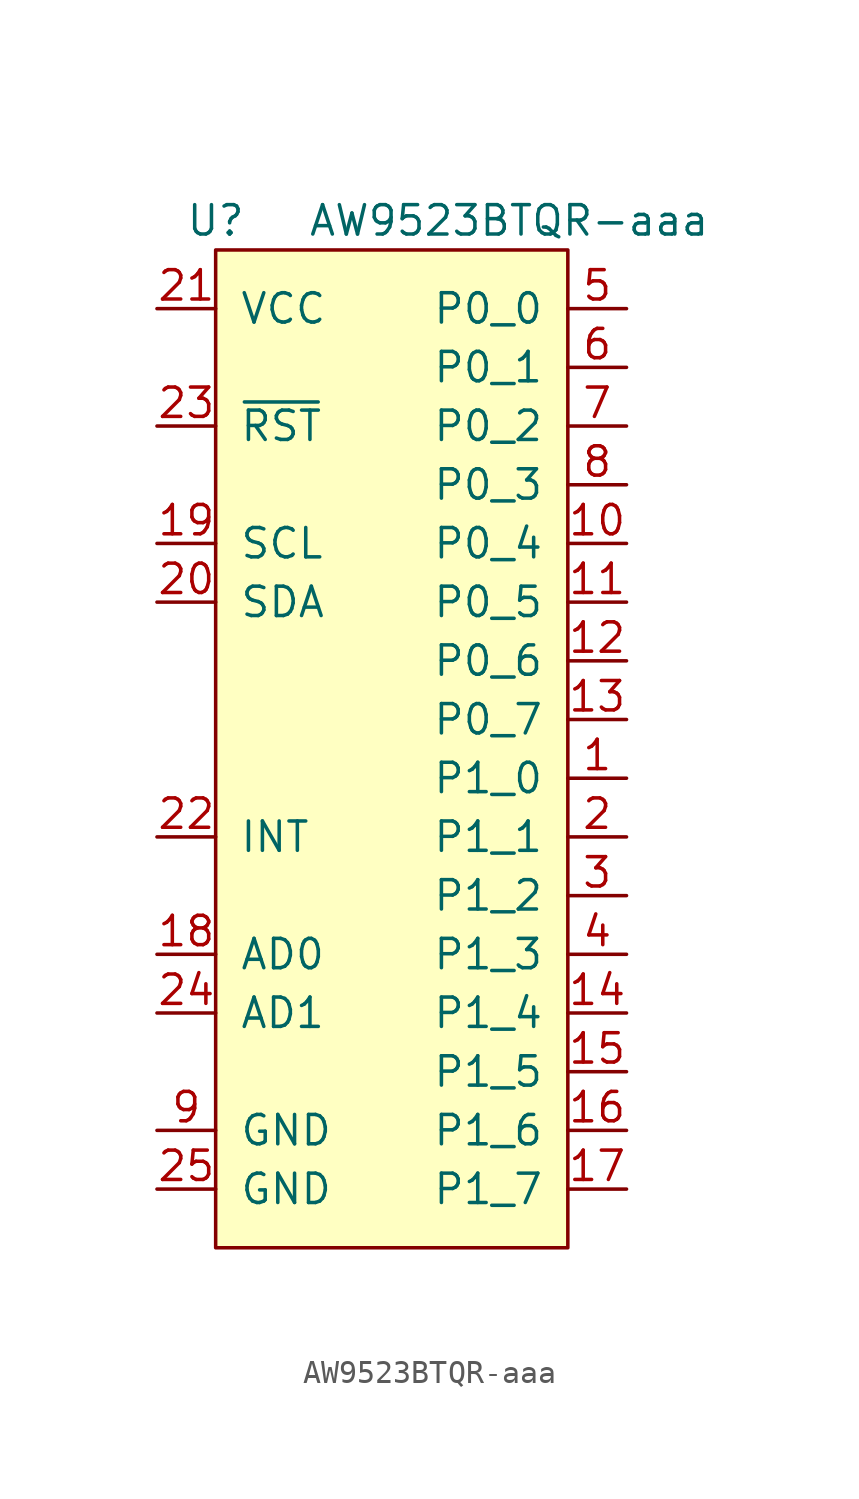
<source format=kicad_sym>
(kicad_symbol_lib
  (version 20211014)
  (generator kicad_symbol_editor)
  (symbol "AW9523BTQR-aaa"
    (pin_names
      (offset 1.016))
    (property "Reference" "U"
      (at -7.62 20.32 0)
      (effects (font (size 1.27 1.27))))
    (property "Value" "AW9523BTQR-aaa"
      (at 5.08 20.32 0)
      (effects (font (size 1.27 1.27))))
    (symbol "AW9523BTQR-aaa_0_1"
      (rectangle (start -7.62 19.05) (end 7.62 -24.13) (stroke (width 0) (type default) (color 0 0 0 0)) (fill (type background))))
    (symbol "AW9523BTQR-aaa_1_1"
      (pin bidirectional line (at 10.16 -3.81 180) (length 2.54) (name "P1_0" (effects (font (size 1.27 1.27)))) (number "1" (effects (font (size 1.27 1.27)))))
      (pin bidirectional line (at 10.16 6.35 180) (length 2.54) (name "P0_4" (effects (font (size 1.27 1.27)))) (number "10" (effects (font (size 1.27 1.27)))))
      (pin bidirectional line (at 10.16 3.81 180) (length 2.54) (name "P0_5" (effects (font (size 1.27 1.27)))) (number "11" (effects (font (size 1.27 1.27)))))
      (pin bidirectional line (at 10.16 1.27 180) (length 2.54) (name "P0_6" (effects (font (size 1.27 1.27)))) (number "12" (effects (font (size 1.27 1.27)))))
      (pin bidirectional line (at 10.16 -1.27 180) (length 2.54) (name "P0_7" (effects (font (size 1.27 1.27)))) (number "13" (effects (font (size 1.27 1.27)))))
      (pin bidirectional line (at 10.16 -13.97 180) (length 2.54) (name "P1_4" (effects (font (size 1.27 1.27)))) (number "14" (effects (font (size 1.27 1.27)))))
      (pin bidirectional line (at 10.16 -16.51 180) (length 2.54) (name "P1_5" (effects (font (size 1.27 1.27)))) (number "15" (effects (font (size 1.27 1.27)))))
      (pin bidirectional line (at 10.16 -19.05 180) (length 2.54) (name "P1_6" (effects (font (size 1.27 1.27)))) (number "16" (effects (font (size 1.27 1.27)))))
      (pin bidirectional line (at 10.16 -21.59 180) (length 2.54) (name "P1_7" (effects (font (size 1.27 1.27)))) (number "17" (effects (font (size 1.27 1.27)))))
      (pin input line (at -10.16 -11.43 0) (length 2.54) (name "AD0" (effects (font (size 1.27 1.27)))) (number "18" (effects (font (size 1.27 1.27)))))
      (pin input line (at -10.16 6.35 0) (length 2.54) (name "SCL" (effects (font (size 1.27 1.27)))) (number "19" (effects (font (size 1.27 1.27)))))
      (pin bidirectional line (at 10.16 -6.35 180) (length 2.54) (name "P1_1" (effects (font (size 1.27 1.27)))) (number "2" (effects (font (size 1.27 1.27)))))
      (pin bidirectional line (at -10.16 3.81 0) (length 2.54) (name "SDA" (effects (font (size 1.27 1.27)))) (number "20" (effects (font (size 1.27 1.27)))))
      (pin power_in line (at -10.16 16.51 0) (length 2.54) (name "VCC" (effects (font (size 1.27 1.27)))) (number "21" (effects (font (size 1.27 1.27)))))
      (pin output line (at -10.16 -6.35 0) (length 2.54) (name "INT" (effects (font (size 1.27 1.27)))) (number "22" (effects (font (size 1.27 1.27)))))
      (pin input line (at -10.16 11.43 0) (length 2.54) (name "~{RST}" (effects (font (size 1.27 1.27)))) (number "23" (effects (font (size 1.27 1.27)))))
      (pin input line (at -10.16 -13.97 0) (length 2.54) (name "AD1" (effects (font (size 1.27 1.27)))) (number "24" (effects (font (size 1.27 1.27)))))
      (pin power_in line (at -10.16 -21.59 0) (length 2.54) (name "GND" (effects (font (size 1.27 1.27)))) (number "25" (effects (font (size 1.27 1.27)))))
      (pin bidirectional line (at 10.16 -8.89 180) (length 2.54) (name "P1_2" (effects (font (size 1.27 1.27)))) (number "3" (effects (font (size 1.27 1.27)))))
      (pin bidirectional line (at 10.16 -11.43 180) (length 2.54) (name "P1_3" (effects (font (size 1.27 1.27)))) (number "4" (effects (font (size 1.27 1.27)))))
      (pin bidirectional line (at 10.16 16.51 180) (length 2.54) (name "P0_0" (effects (font (size 1.27 1.27)))) (number "5" (effects (font (size 1.27 1.27)))))
      (pin bidirectional line (at 10.16 13.97 180) (length 2.54) (name "P0_1" (effects (font (size 1.27 1.27)))) (number "6" (effects (font (size 1.27 1.27)))))
      (pin bidirectional line (at 10.16 11.43 180) (length 2.54) (name "P0_2" (effects (font (size 1.27 1.27)))) (number "7" (effects (font (size 1.27 1.27)))))
      (pin bidirectional line (at 10.16 8.89 180) (length 2.54) (name "P0_3" (effects (font (size 1.27 1.27)))) (number "8" (effects (font (size 1.27 1.27)))))
      (pin power_in line (at -10.16 -19.05 0) (length 2.54) (name "GND" (effects (font (size 1.27 1.27)))) (number "9" (effects (font (size 1.27 1.27))))))))
</source>
